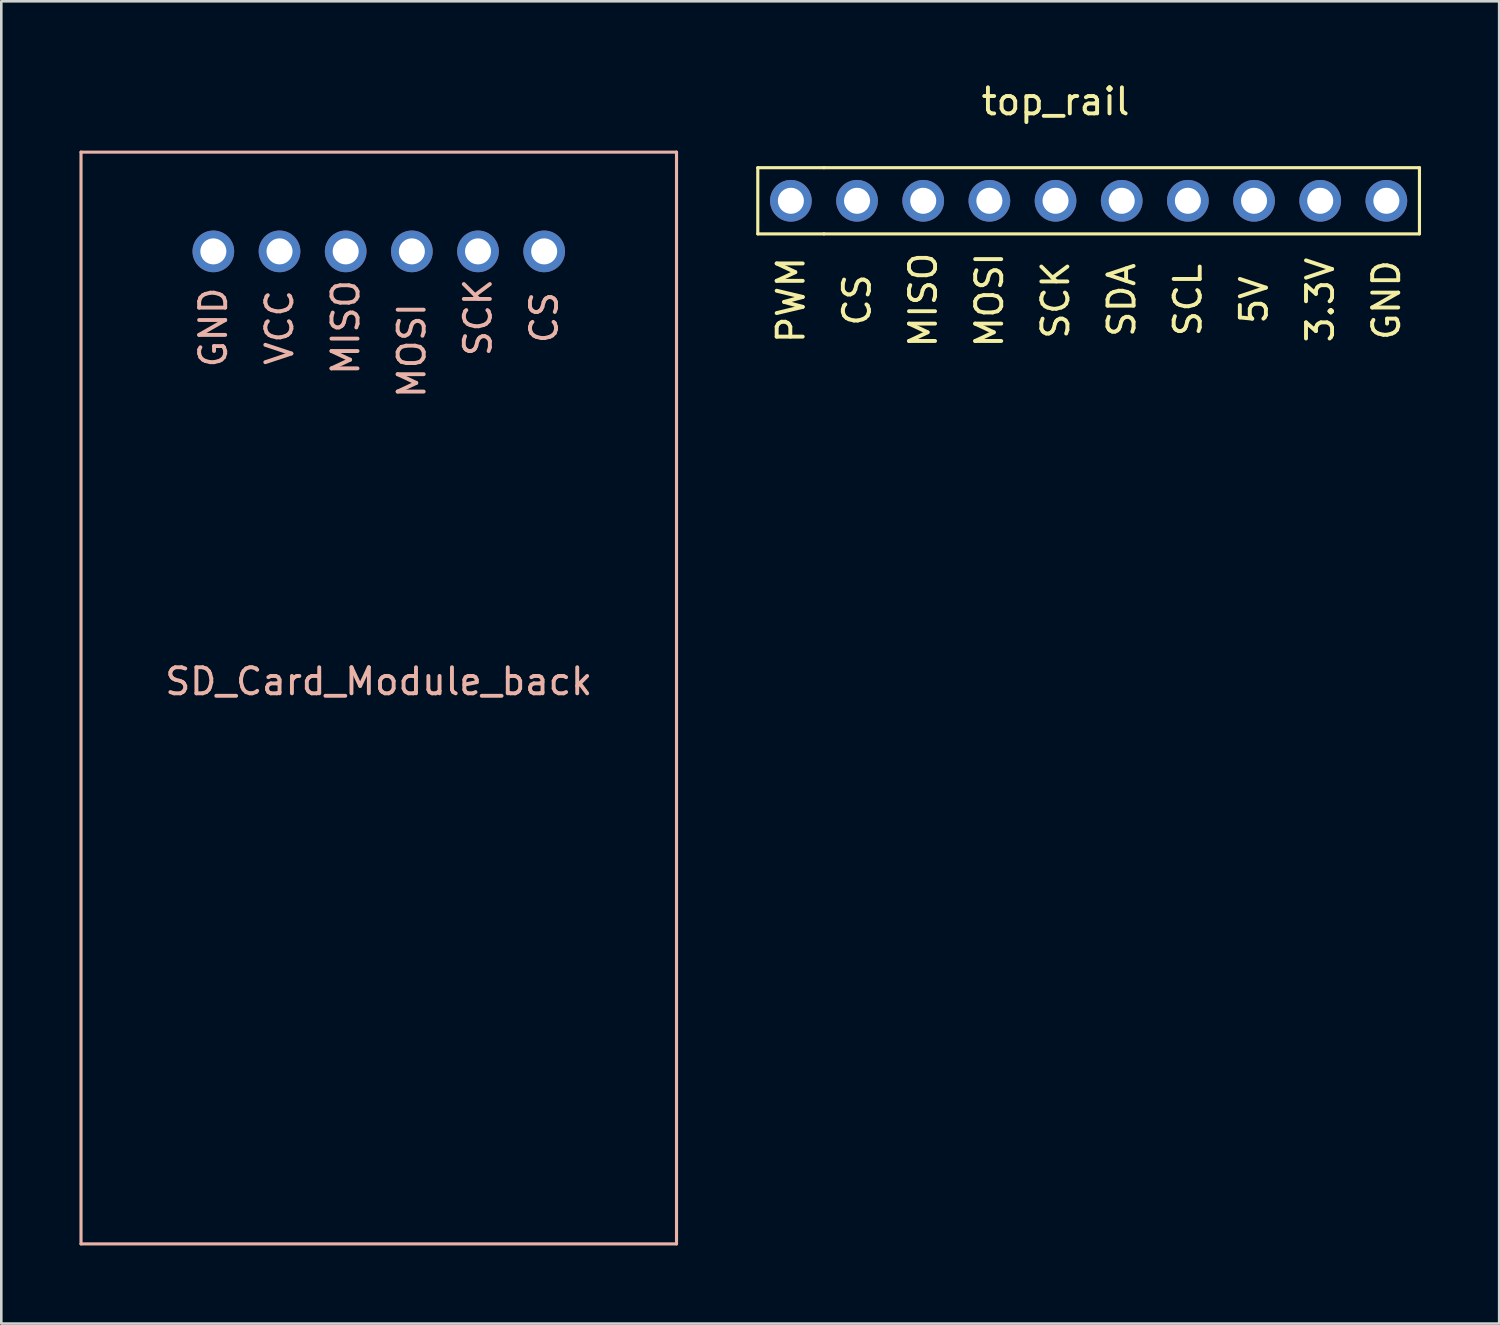
<source format=kicad_pcb>
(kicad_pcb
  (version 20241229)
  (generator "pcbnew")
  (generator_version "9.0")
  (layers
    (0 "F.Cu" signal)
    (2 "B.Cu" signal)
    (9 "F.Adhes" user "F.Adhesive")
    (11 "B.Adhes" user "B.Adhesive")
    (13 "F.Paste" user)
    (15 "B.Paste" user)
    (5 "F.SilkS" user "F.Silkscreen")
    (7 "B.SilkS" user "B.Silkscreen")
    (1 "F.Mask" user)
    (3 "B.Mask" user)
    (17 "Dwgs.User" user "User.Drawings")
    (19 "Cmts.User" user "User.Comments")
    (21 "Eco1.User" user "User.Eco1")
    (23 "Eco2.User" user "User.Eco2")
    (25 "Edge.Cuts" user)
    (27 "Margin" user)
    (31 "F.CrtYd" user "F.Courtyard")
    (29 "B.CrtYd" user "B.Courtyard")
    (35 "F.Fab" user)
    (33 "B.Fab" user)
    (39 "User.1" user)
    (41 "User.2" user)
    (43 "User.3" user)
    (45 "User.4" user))
  (footprint "top_rail"
    (layer "F.Cu")
    (at 37.47 4.658)
    (property "Reference" "top_rail" (at 0 -3.81 0) (layer "F.SilkS") (effects (font (size 1 1) (thickness 0.15))))
    (attr through_hole)
    (fp_line (start -11.43 -1.27) (end -11.43 1.27) (stroke (width 0.12) (type solid)) (layer "F.SilkS"))
    (fp_line (start -11.43 1.27) (end -8.89 1.27) (stroke (width 0.12) (type solid)) (layer "F.SilkS"))
    (fp_line (start -8.89 -1.27) (end -11.43 -1.27) (stroke (width 0.12) (type solid)) (layer "F.SilkS"))
    (fp_line (start -8.89 1.27) (end 13.97 1.27) (stroke (width 0.12) (type solid)) (layer "F.SilkS"))
    (fp_line (start 13.97 -1.27) (end -8.89 -1.27) (stroke (width 0.12) (type solid)) (layer "F.SilkS"))
    (fp_line (start 13.97 1.27) (end 13.97 -1.27) (stroke (width 0.12) (type solid)) (layer "F.SilkS"))
    (fp_text user "3.3V" (at 10.16 3.81 90) (layer "F.SilkS") (effects (font (size 1 1) (thickness 0.15))))
    (fp_text user "SDA" (at 2.54 3.81 90) (layer "F.SilkS") (effects (font (size 1 1) (thickness 0.15))))
    (fp_text user "PWM" (at -10.16 3.81 90) (layer "F.SilkS") (effects (font (size 1 1) (thickness 0.15))))
    (fp_text user "MOSI" (at -2.54 3.81 90) (layer "F.SilkS") (effects (font (size 1 1) (thickness 0.15))))
    (fp_text user "5V" (at 7.62 3.81 90) (layer "F.SilkS") (effects (font (size 1 1) (thickness 0.15))))
    (fp_text user "SCL" (at 5.08 3.81 90) (layer "F.SilkS") (effects (font (size 1 1) (thickness 0.15))))
    (fp_text user "SCK" (at 0 3.81 90) (layer "F.SilkS") (effects (font (size 1 1) (thickness 0.15))))
    (fp_text user "MISO" (at -5.08 3.81 90) (layer "F.SilkS") (effects (font (size 1 1) (thickness 0.15))))
    (fp_text user "GND" (at 12.7 3.81 90) (layer "F.SilkS") (effects (font (size 1 1) (thickness 0.15))))
    (fp_text user "CS" (at -7.62 3.81 90) (layer "F.SilkS") (effects (font (size 1 1) (thickness 0.15))))
    (pad "1" thru_hole circle (at -7.62 0) (size 1.6 1.6) (drill 1) (layers "*.Cu" "*.Mask"))
    (pad "2" thru_hole circle (at -5.08 0) (size 1.6 1.6) (drill 1) (layers "*.Cu" "*.Mask"))
    (pad "3" thru_hole circle (at -2.54 0) (size 1.6 1.6) (drill 1) (layers "*.Cu" "*.Mask"))
    (pad "4" thru_hole circle (at 0 0) (size 1.6 1.6) (drill 1) (layers "*.Cu" "*.Mask"))
    (pad "5" thru_hole circle (at 2.54 0) (size 1.6 1.6) (drill 1) (layers "*.Cu" "*.Mask"))
    (pad "6" thru_hole circle (at 5.08 0) (size 1.6 1.6) (drill 1) (layers "*.Cu" "*.Mask"))
    (pad "7" thru_hole circle (at 7.62 0) (size 1.6 1.6) (drill 1) (layers "*.Cu" "*.Mask"))
    (pad "8" thru_hole circle (at 10.16 0) (size 1.6 1.6) (drill 1) (layers "*.Cu" "*.Mask"))
    (pad "9" thru_hole circle (at 12.7 0) (size 1.6 1.6) (drill 1) (layers "*.Cu" "*.Mask"))
    (pad "10" thru_hole circle (at -10.16 0) (size 1.6 1.6) (drill 1) (layers "*.Cu" "*.Mask")))
  (footprint "SD_Card_Module_back"
    (layer "F.Cu")
    (at 11.49 0.25)
    (property "Reference" "SD_Card_Module_back" (at 0 22.86 0) (layer "B.SilkS") (effects (font (size 1 1) (thickness 0.15))))
    (attr through_hole)
    (fp_line (start -11.43 2.54) (end -11.43 44.45) (stroke (width 0.12) (type solid)) (layer "B.SilkS"))
    (fp_line (start -11.43 44.45) (end 11.43 44.45) (stroke (width 0.12) (type solid)) (layer "B.SilkS"))
    (fp_line (start 11.43 2.54) (end -11.43 2.54) (stroke (width 0.12) (type solid)) (layer "B.SilkS"))
    (fp_line (start 11.43 44.45) (end 11.43 2.54) (stroke (width 0.12) (type solid)) (layer "B.SilkS"))
    (fp_text user "CS" (at 6.35 8.89 90) (layer "B.SilkS") (effects (font (size 1 1) (thickness 0.15))))
    (fp_text user "SCK" (at 3.81 8.89 90) (layer "B.SilkS") (effects (font (size 1 1) (thickness 0.15))))
    (fp_text user "MISO" (at -1.27 9.27 90) (layer "B.SilkS") (effects (font (size 1 1) (thickness 0.15))))
    (fp_text user "GND" (at -6.35 9.27 90) (layer "B.SilkS") (effects (font (size 1 1) (thickness 0.15))))
    (fp_text user "MOSI" (at 1.27 10.16 90) (layer "B.SilkS") (effects (font (size 1 1) (thickness 0.15))))
    (fp_text user "VCC" (at -3.81 9.27 90) (layer "B.SilkS") (effects (font (size 1 1) (thickness 0.15))))
    (pad "1" thru_hole circle (at 6.35 6.35) (size 1.6 1.6) (drill 1) (layers "*.Cu" "*.Mask"))
    (pad "2" thru_hole circle (at 3.81 6.35) (size 1.6 1.6) (drill 1) (layers "*.Cu" "*.Mask"))
    (pad "3" thru_hole circle (at 1.27 6.35) (size 1.6 1.6) (drill 1) (layers "*.Cu" "*.Mask"))
    (pad "4" thru_hole circle (at -1.27 6.35) (size 1.6 1.6) (drill 1) (layers "*.Cu" "*.Mask"))
    (pad "5" thru_hole circle (at -3.81 6.35) (size 1.6 1.6) (drill 1) (layers "*.Cu" "*.Mask"))
    (pad "6" thru_hole circle (at -6.35 6.35) (size 1.6 1.6) (drill 1) (layers "*.Cu" "*.Mask")))
  (gr_rect
    (start -3 -3)
    (end 54.5 47.76)
    (stroke (width 0.1) (type default))
    (fill no)
    (layer "Edge.Cuts")))
</source>
